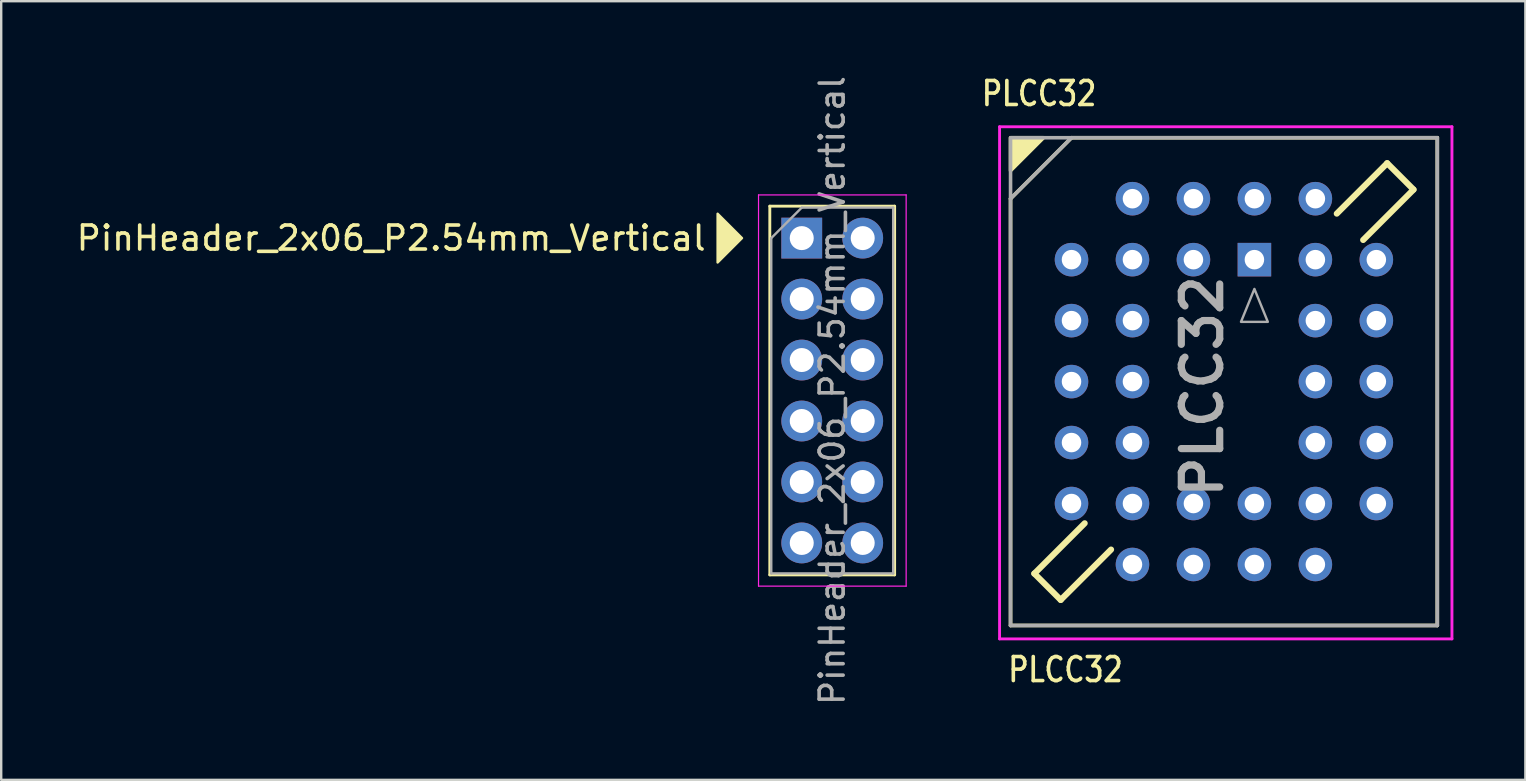
<source format=kicad_pcb>
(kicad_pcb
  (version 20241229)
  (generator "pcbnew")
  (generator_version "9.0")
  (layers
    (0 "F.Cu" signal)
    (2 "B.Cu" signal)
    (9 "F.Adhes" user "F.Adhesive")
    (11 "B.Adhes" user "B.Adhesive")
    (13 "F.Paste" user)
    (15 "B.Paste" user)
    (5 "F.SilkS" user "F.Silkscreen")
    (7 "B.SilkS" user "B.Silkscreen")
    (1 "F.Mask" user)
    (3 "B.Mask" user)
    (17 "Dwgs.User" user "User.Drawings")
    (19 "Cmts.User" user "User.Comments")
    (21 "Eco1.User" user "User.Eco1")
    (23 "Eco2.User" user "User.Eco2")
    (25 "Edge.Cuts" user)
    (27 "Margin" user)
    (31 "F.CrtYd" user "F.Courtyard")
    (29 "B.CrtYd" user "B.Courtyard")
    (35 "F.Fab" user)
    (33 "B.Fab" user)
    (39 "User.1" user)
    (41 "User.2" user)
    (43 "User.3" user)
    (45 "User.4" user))
  (footprint "PinHeader_2x06_P2.54mm_Vertical"
    (layer "F.Cu")
    (at 30.352 6.87)
    (property "Reference" "PinHeader_2x06_P2.54mm_Vertical" (at -3.912 0 0) (layer "F.SilkS") (effects (font (size 1 1) (thickness 0.15)) (justify right)))
    (attr through_hole)
    (fp_line (start -1.33 -1.33) (end -1.33 14.03) (stroke (width 0.12) (type solid)) (layer "F.SilkS"))
    (fp_line (start -1.33 -1.33) (end 3.87 -1.33) (stroke (width 0.12) (type solid)) (layer "F.SilkS"))
    (fp_line (start -1.33 14.03) (end 3.87 14.03) (stroke (width 0.12) (type solid)) (layer "F.SilkS"))
    (fp_line (start 3.87 -1.33) (end 3.87 14.03) (stroke (width 0.12) (type solid)) (layer "F.SilkS"))
    (fp_poly (pts (xy -2.489 0) (xy -3.505 1.016) (xy -3.505 -1.016)) (stroke (width 0.1) (type solid)) (fill yes) (layer "F.SilkS"))
    (fp_line (start -1.8 -1.8) (end -1.8 14.5) (stroke (width 0.05) (type solid)) (layer "F.CrtYd"))
    (fp_line (start -1.8 14.5) (end 4.35 14.5) (stroke (width 0.05) (type solid)) (layer "F.CrtYd"))
    (fp_line (start 4.35 -1.8) (end -1.8 -1.8) (stroke (width 0.05) (type solid)) (layer "F.CrtYd"))
    (fp_line (start 4.35 14.5) (end 4.35 -1.8) (stroke (width 0.05) (type solid)) (layer "F.CrtYd"))
    (fp_line (start -1.27 0) (end 0 -1.27) (stroke (width 0.1) (type solid)) (layer "F.Fab"))
    (fp_line (start -1.27 13.97) (end -1.27 0) (stroke (width 0.1) (type solid)) (layer "F.Fab"))
    (fp_line (start 0 -1.27) (end 3.81 -1.27) (stroke (width 0.1) (type solid)) (layer "F.Fab"))
    (fp_line (start 3.81 -1.27) (end 3.81 13.97) (stroke (width 0.1) (type solid)) (layer "F.Fab"))
    (fp_line (start 3.81 13.97) (end -1.27 13.97) (stroke (width 0.1) (type solid)) (layer "F.Fab"))
    (fp_text user "${REFERENCE}" (at 1.27 6.35 90) (layer "F.Fab") (effects (font (size 1 1) (thickness 0.15))))
    (pad "1" thru_hole rect (at 0 0) (size 1.7 1.7) (drill 1) (layers "*.Cu" "*.Mask"))
    (pad "2" thru_hole oval (at 2.54 0) (size 1.7 1.7) (drill 1) (layers "*.Cu" "*.Mask"))
    (pad "3" thru_hole oval (at 0 2.54) (size 1.7 1.7) (drill 1) (layers "*.Cu" "*.Mask"))
    (pad "4" thru_hole oval (at 2.54 2.54) (size 1.7 1.7) (drill 1) (layers "*.Cu" "*.Mask"))
    (pad "5" thru_hole oval (at 0 5.08) (size 1.7 1.7) (drill 1) (layers "*.Cu" "*.Mask"))
    (pad "6" thru_hole oval (at 2.54 5.08) (size 1.7 1.7) (drill 1) (layers "*.Cu" "*.Mask"))
    (pad "7" thru_hole oval (at 0 7.62) (size 1.7 1.7) (drill 1) (layers "*.Cu" "*.Mask"))
    (pad "8" thru_hole oval (at 2.54 7.62) (size 1.7 1.7) (drill 1) (layers "*.Cu" "*.Mask"))
    (pad "9" thru_hole oval (at 0 10.16) (size 1.7 1.7) (drill 1) (layers "*.Cu" "*.Mask"))
    (pad "10" thru_hole oval (at 2.54 10.16) (size 1.7 1.7) (drill 1) (layers "*.Cu" "*.Mask"))
    (pad "11" thru_hole oval (at 0 12.7) (size 1.7 1.7) (drill 1) (layers "*.Cu" "*.Mask"))
    (pad "12" thru_hole oval (at 2.54 12.7) (size 1.7 1.7) (drill 1) (layers "*.Cu" "*.Mask")))
  (footprint "PLCC32"
    (layer "F.Cu")
    (at 47.941 12.848)
    (property "Reference" "PLCC32" (at -7.7 -12 0) (layer "F.SilkS") (effects (font (size 1 0.83) (thickness 0.15))))
    (property "Value" "PLCC32" (at -6.6 12 180) (layer "F.Fab") (hide yes) (effects (font (size 1 0.83) (thickness 0.15))))
    (attr through_hole)
    (fp_line (start -8.89 -7.62) (end -8.89 10.16) (stroke (width 0.15) (type solid)) (layer "F.SilkS"))
    (fp_line (start -8.89 10.16) (end 8.89 10.16) (stroke (width 0.15) (type solid)) (layer "F.SilkS"))
    (fp_line (start -7.899 8.001) (end -5.801 5.903) (stroke (width 0.254) (type solid)) (layer "F.SilkS"))
    (fp_line (start -6.8 9.096) (end -7.899 7.996) (stroke (width 0.254) (type solid)) (layer "F.SilkS"))
    (fp_line (start -6.35 -10.16) (end -8.89 -7.62) (stroke (width 0.15) (type solid)) (layer "F.SilkS"))
    (fp_line (start -4.702 6.998) (end -6.8 9.096) (stroke (width 0.254) (type solid)) (layer "F.SilkS"))
    (fp_line (start 5.801 -5.9) (end 7.899 -7.998) (stroke (width 0.254) (type solid)) (layer "F.SilkS"))
    (fp_line (start 6.8 -9.096) (end 4.702 -6.998) (stroke (width 0.254) (type solid)) (layer "F.SilkS"))
    (fp_line (start 7.899 -8.001) (end 6.8 -9.101) (stroke (width 0.254) (type solid)) (layer "F.SilkS"))
    (fp_line (start 8.89 -10.16) (end -6.35 -10.16) (stroke (width 0.15) (type solid)) (layer "F.SilkS"))
    (fp_line (start 8.89 -10.16) (end 8.89 10.16) (stroke (width 0.15) (type solid)) (layer "F.SilkS"))
    (fp_poly (pts (xy -7.518 -10.16) (xy -8.89 -8.788) (xy -8.89 -10.16)) (stroke (width 0.15) (type solid)) (fill yes) (layer "F.SilkS"))
    (fp_line (start -9.347 -10.617) (end 9.5 -10.617) (stroke (width 0.12) (type solid)) (layer "F.CrtYd"))
    (fp_line (start -9.347 10.719) (end -9.347 -10.617) (stroke (width 0.12) (type solid)) (layer "F.CrtYd"))
    (fp_line (start 9.5 -10.617) (end 9.5 10.719) (stroke (width 0.12) (type solid)) (layer "F.CrtYd"))
    (fp_line (start 9.5 10.719) (end -9.347 10.719) (stroke (width 0.12) (type solid)) (layer "F.CrtYd"))
    (fp_line (start -8.89 -7.62) (end -8.89 10.16) (stroke (width 0.15) (type solid)) (layer "F.Fab"))
    (fp_line (start -8.89 10.16) (end 8.89 10.16) (stroke (width 0.15) (type solid)) (layer "F.Fab"))
    (fp_line (start 8.89 -10.16) (end -6.35 -10.16) (stroke (width 0.15) (type solid)) (layer "F.Fab"))
    (fp_line (start 8.89 -10.16) (end 8.89 10.16) (stroke (width 0.15) (type solid)) (layer "F.Fab"))
    (fp_poly (pts (xy -6.35 -10.16) (xy -8.89 -7.62) (xy -8.89 -10.16)) (stroke (width 0.15) (type solid)) (fill no) (layer "F.Fab"))
    (fp_poly (pts (xy 1.27 -3.861) (xy 1.829 -2.489) (xy 0.711 -2.489)) (stroke (width 0.1) (type solid)) (fill no) (layer "F.Fab"))
    (fp_text user "${VALUE}" (at -6.6 12 0) (layer "F.SilkS") (effects (font (size 1 0.83) (thickness 0.15))))
    (fp_text user "${REFERENCE}" (at -0.9 0.2 270) (layer "F.Fab") (effects (font (size 1.6 1.6) (thickness 0.3))))
    (pad "1" thru_hole rect (at 1.27 -5.08) (size 1.397 1.397) (drill 0.813) (layers "*.Cu" "*.Mask"))
    (pad "2" thru_hole circle (at -1.27 -7.62) (size 1.397 1.397) (drill 0.813) (layers "*.Cu" "*.Mask"))
    (pad "3" thru_hole circle (at -1.27 -5.08) (size 1.397 1.397) (drill 0.813) (layers "*.Cu" "*.Mask"))
    (pad "4" thru_hole circle (at -3.81 -7.62) (size 1.397 1.397) (drill 0.813) (layers "*.Cu" "*.Mask"))
    (pad "5" thru_hole circle (at -6.35 -5.08) (size 1.397 1.397) (drill 0.813) (layers "*.Cu" "*.Mask"))
    (pad "6" thru_hole circle (at -3.81 -5.08) (size 1.397 1.397) (drill 0.813) (layers "*.Cu" "*.Mask"))
    (pad "7" thru_hole circle (at -6.35 -2.54) (size 1.397 1.397) (drill 0.813) (layers "*.Cu" "*.Mask"))
    (pad "8" thru_hole circle (at -3.81 -2.54) (size 1.397 1.397) (drill 0.813) (layers "*.Cu" "*.Mask"))
    (pad "9" thru_hole circle (at -6.35 0) (size 1.397 1.397) (drill 0.813) (layers "*.Cu" "*.Mask"))
    (pad "10" thru_hole circle (at -3.81 0) (size 1.397 1.397) (drill 0.813) (layers "*.Cu" "*.Mask"))
    (pad "11" thru_hole circle (at -6.35 2.54) (size 1.397 1.397) (drill 0.813) (layers "*.Cu" "*.Mask"))
    (pad "12" thru_hole circle (at -3.81 2.54) (size 1.397 1.397) (drill 0.813) (layers "*.Cu" "*.Mask"))
    (pad "13" thru_hole circle (at -6.35 5.08) (size 1.397 1.397) (drill 0.813) (layers "*.Cu" "*.Mask"))
    (pad "14" thru_hole circle (at -3.81 7.62) (size 1.397 1.397) (drill 0.813) (layers "*.Cu" "*.Mask"))
    (pad "15" thru_hole circle (at -3.81 5.08) (size 1.397 1.397) (drill 0.813) (layers "*.Cu" "*.Mask"))
    (pad "16" thru_hole circle (at -1.27 7.62) (size 1.397 1.397) (drill 0.813) (layers "*.Cu" "*.Mask"))
    (pad "17" thru_hole circle (at -1.27 5.08) (size 1.397 1.397) (drill 0.813) (layers "*.Cu" "*.Mask"))
    (pad "18" thru_hole circle (at 1.27 7.62) (size 1.397 1.397) (drill 0.813) (layers "*.Cu" "*.Mask"))
    (pad "19" thru_hole circle (at 1.27 5.08) (size 1.397 1.397) (drill 0.813) (layers "*.Cu" "*.Mask"))
    (pad "20" thru_hole circle (at 3.81 7.62) (size 1.397 1.397) (drill 0.813) (layers "*.Cu" "*.Mask"))
    (pad "21" thru_hole circle (at 6.35 5.08) (size 1.397 1.397) (drill 0.813) (layers "*.Cu" "*.Mask"))
    (pad "22" thru_hole circle (at 3.81 5.08) (size 1.397 1.397) (drill 0.813) (layers "*.Cu" "*.Mask"))
    (pad "23" thru_hole circle (at 6.35 2.54) (size 1.397 1.397) (drill 0.813) (layers "*.Cu" "*.Mask"))
    (pad "24" thru_hole circle (at 3.81 2.54) (size 1.397 1.397) (drill 0.813) (layers "*.Cu" "*.Mask"))
    (pad "25" thru_hole circle (at 6.35 0) (size 1.397 1.397) (drill 0.813) (layers "*.Cu" "*.Mask"))
    (pad "26" thru_hole circle (at 3.81 0) (size 1.397 1.397) (drill 0.813) (layers "*.Cu" "*.Mask"))
    (pad "27" thru_hole circle (at 6.35 -2.54) (size 1.397 1.397) (drill 0.813) (layers "*.Cu" "*.Mask"))
    (pad "28" thru_hole circle (at 3.81 -2.54) (size 1.397 1.397) (drill 0.813) (layers "*.Cu" "*.Mask"))
    (pad "29" thru_hole circle (at 6.35 -5.08) (size 1.397 1.397) (drill 0.813) (layers "*.Cu" "*.Mask"))
    (pad "30" thru_hole circle (at 3.81 -7.62) (size 1.397 1.397) (drill 0.813) (layers "*.Cu" "*.Mask"))
    (pad "31" thru_hole circle (at 3.81 -5.08) (size 1.397 1.397) (drill 0.813) (layers "*.Cu" "*.Mask"))
    (pad "32" thru_hole circle (at 1.27 -7.62) (size 1.397 1.397) (drill 0.813) (layers "*.Cu" "*.Mask")))
  (gr_rect
    (start -3 -3)
    (end 60.5 29.44)
    (stroke (width 0.1) (type default))
    (fill no)
    (layer "Edge.Cuts")))
</source>
